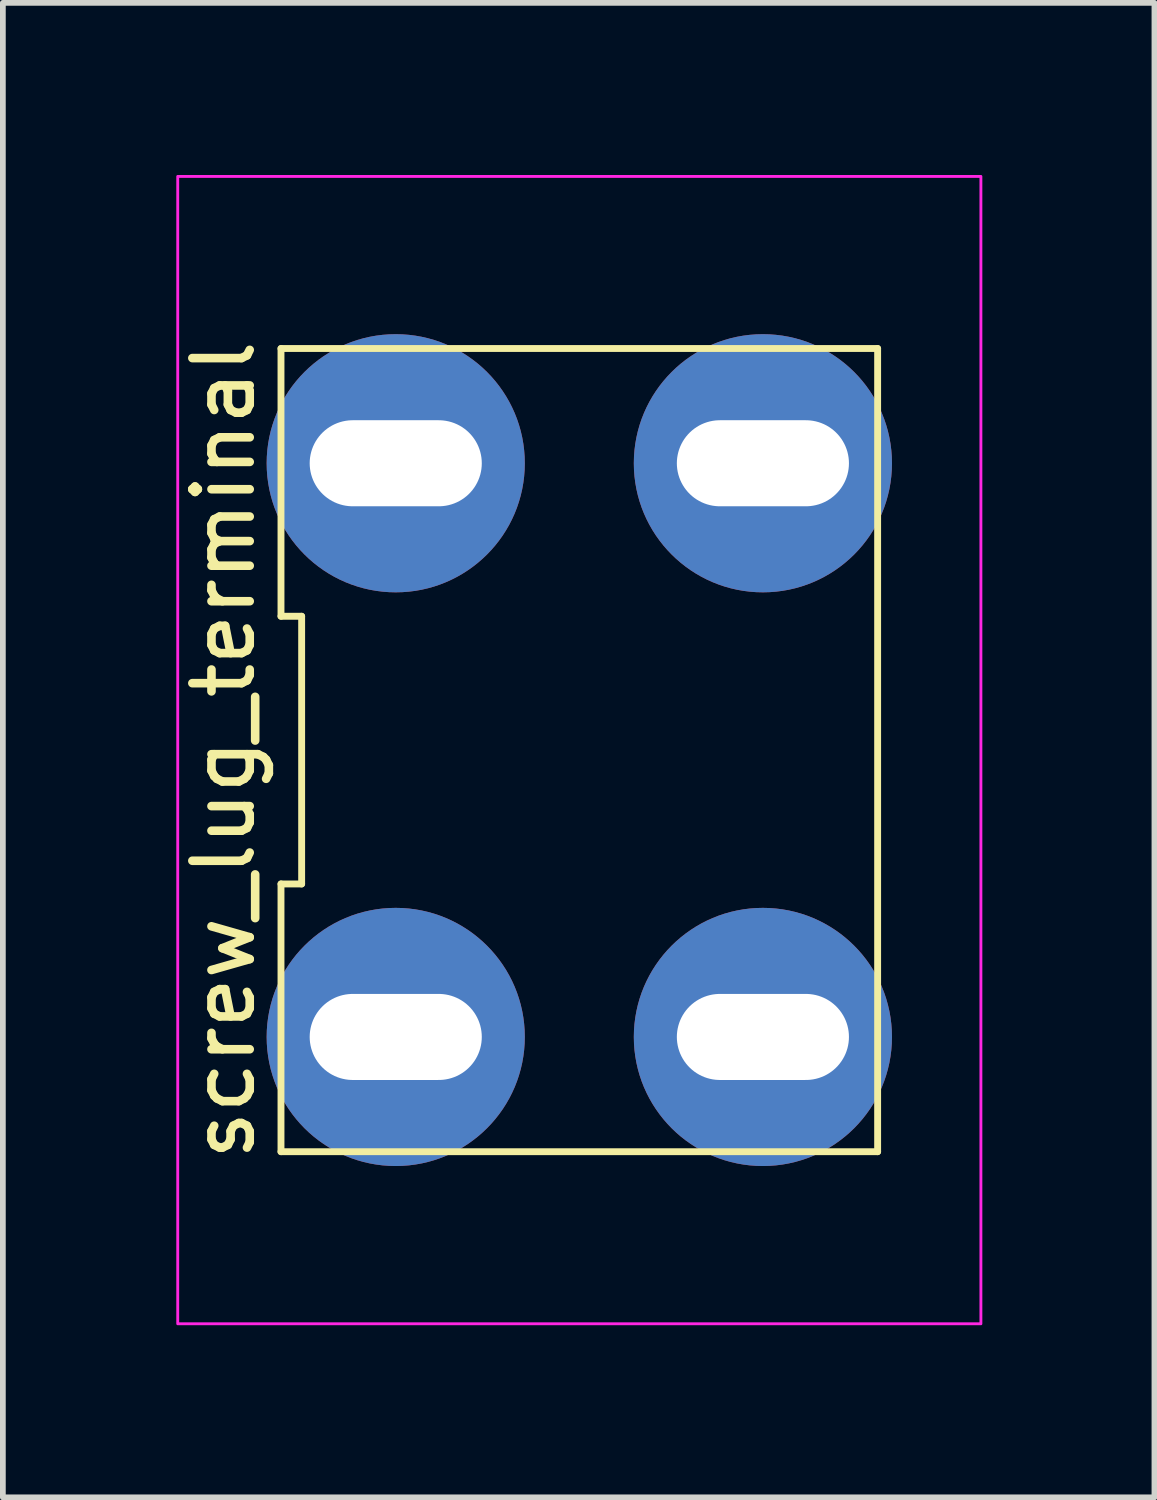
<source format=kicad_pcb>
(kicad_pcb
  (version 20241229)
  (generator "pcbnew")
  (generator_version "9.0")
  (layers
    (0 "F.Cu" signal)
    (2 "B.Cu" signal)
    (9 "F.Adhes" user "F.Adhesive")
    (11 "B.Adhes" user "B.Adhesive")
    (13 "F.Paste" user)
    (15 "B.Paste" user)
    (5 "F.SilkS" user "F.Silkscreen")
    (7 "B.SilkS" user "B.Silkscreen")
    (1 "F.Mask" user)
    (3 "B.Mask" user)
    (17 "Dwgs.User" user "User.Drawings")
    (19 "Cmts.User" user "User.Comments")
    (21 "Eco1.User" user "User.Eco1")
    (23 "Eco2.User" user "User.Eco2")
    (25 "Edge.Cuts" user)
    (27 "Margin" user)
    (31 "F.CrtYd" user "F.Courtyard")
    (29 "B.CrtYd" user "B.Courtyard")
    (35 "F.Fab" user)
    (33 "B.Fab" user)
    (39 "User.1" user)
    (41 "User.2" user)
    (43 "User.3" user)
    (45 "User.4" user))
  (footprint "screw_lug_terminal"
    (layer "F.Cu")
    (at 7.048 10.025)
    (property "Reference" "screw_lug_terminal" (at -6.2 0 90) (layer "F.SilkS") (effects (font (size 1 1) (thickness 0.15))))
    (fp_line (start -5.2 -7) (end -5.2 -2.333) (stroke (width 0.12) (type solid)) (layer "F.SilkS"))
    (fp_line (start -5.2 -2.333) (end -4.84 -2.333) (stroke (width 0.12) (type solid)) (layer "F.SilkS"))
    (fp_line (start -5.2 2.333) (end -5.2 7) (stroke (width 0.12) (type solid)) (layer "F.SilkS"))
    (fp_line (start -5.2 7) (end 5.2 7) (stroke (width 0.12) (type solid)) (layer "F.SilkS"))
    (fp_line (start -4.84 -2.333) (end -4.84 2.333) (stroke (width 0.12) (type solid)) (layer "F.SilkS"))
    (fp_line (start -4.84 2.333) (end -5.2 2.333) (stroke (width 0.12) (type solid)) (layer "F.SilkS"))
    (fp_line (start 5.2 -7) (end -5.2 -7) (stroke (width 0.12) (type solid)) (layer "F.SilkS"))
    (fp_line (start 5.2 7) (end 5.2 -7) (stroke (width 0.12) (type solid)) (layer "F.SilkS"))
    (fp_rect (start -7 -10) (end 7 10) (stroke (width 0.05) (type solid)) (fill no) (layer "F.CrtYd"))
    (pad "1" thru_hole circle (at -3.2 -5) (size 4.5 4.5) (drill oval 3 1.5) (layers "*.Cu" "*.Mask"))
    (pad "1" thru_hole circle (at -3.2 5) (size 4.5 4.5) (drill oval 3 1.5) (layers "*.Cu" "*.Mask"))
    (pad "1" thru_hole circle (at 3.2 -5) (size 4.5 4.5) (drill oval 3 1.5) (layers "*.Cu" "*.Mask"))
    (pad "1" thru_hole circle (at 3.2 5) (size 4.5 4.5) (drill oval 3 1.5) (layers "*.Cu" "*.Mask")))
  (gr_rect
    (start -3 -3)
    (end 17.073 23.05)
    (stroke (width 0.1) (type default))
    (fill no)
    (layer "Edge.Cuts")))
</source>
